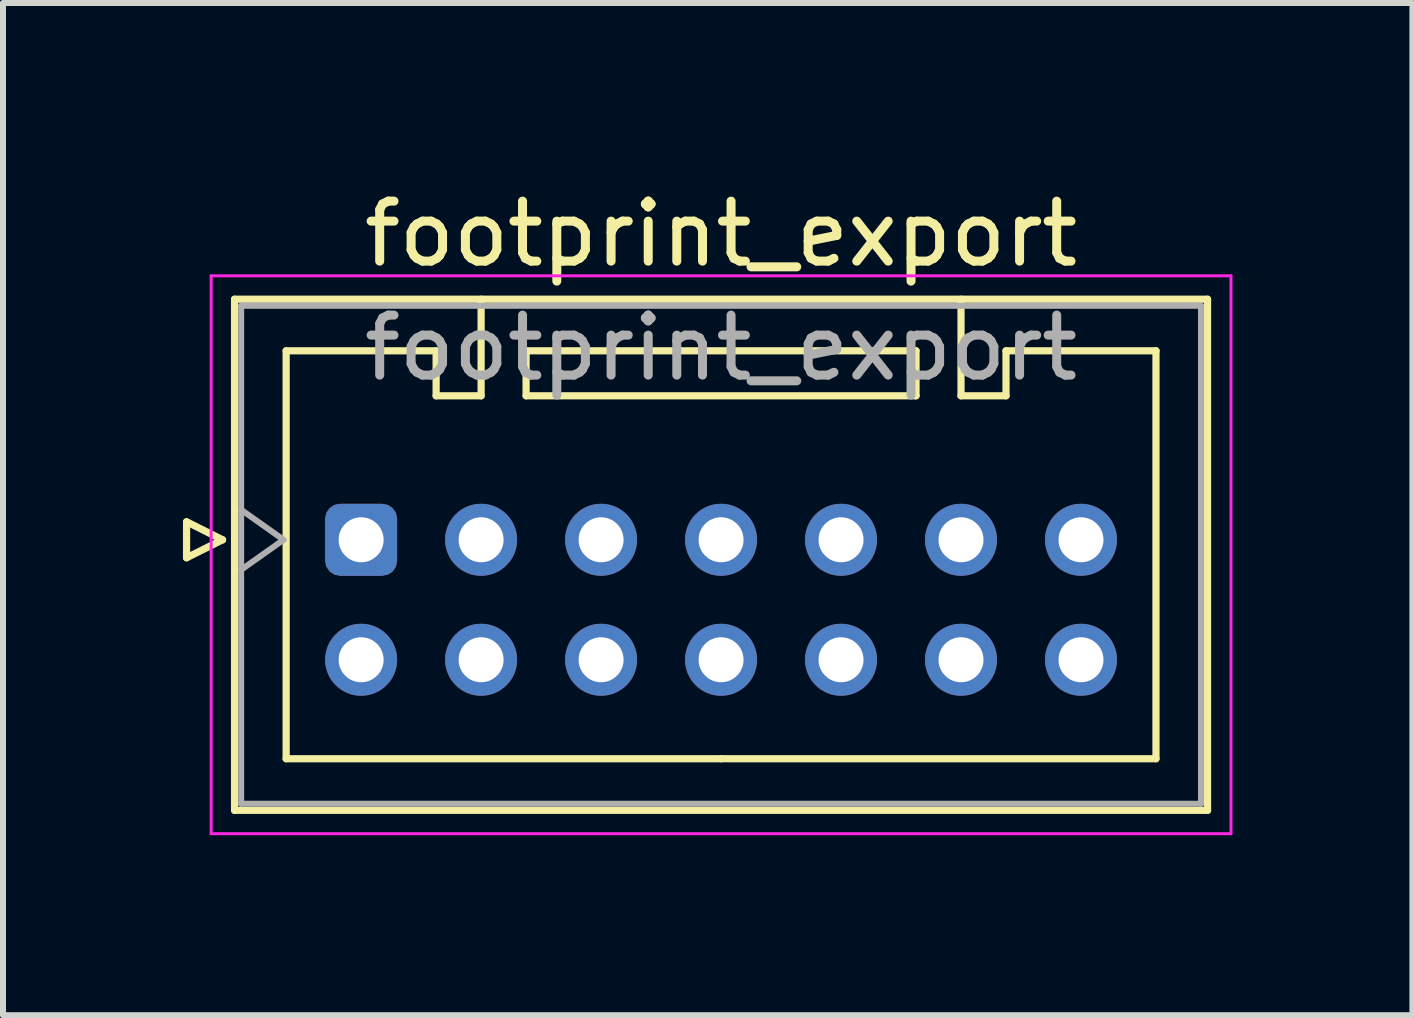
<source format=kicad_pcb>
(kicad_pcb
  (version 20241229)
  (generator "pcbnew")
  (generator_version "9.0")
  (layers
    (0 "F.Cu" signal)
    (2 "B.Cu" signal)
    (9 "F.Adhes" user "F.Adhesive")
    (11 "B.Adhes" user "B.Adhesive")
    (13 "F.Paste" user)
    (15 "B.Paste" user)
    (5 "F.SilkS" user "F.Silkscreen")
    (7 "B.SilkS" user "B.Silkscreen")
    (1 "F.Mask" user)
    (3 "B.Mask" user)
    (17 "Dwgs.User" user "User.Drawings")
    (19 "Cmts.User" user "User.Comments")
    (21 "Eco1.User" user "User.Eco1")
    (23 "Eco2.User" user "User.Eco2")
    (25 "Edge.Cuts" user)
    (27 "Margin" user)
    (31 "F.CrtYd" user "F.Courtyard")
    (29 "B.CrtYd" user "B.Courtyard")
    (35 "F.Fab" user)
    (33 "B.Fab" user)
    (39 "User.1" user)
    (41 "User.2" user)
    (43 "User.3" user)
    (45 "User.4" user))
  (footprint "footprint_export"
    (layer "F.Cu")
    (at 2.97 5.948)
    (property "Reference" "footprint_export" (at 6 -5.1 0) (layer "F.SilkS") (effects (font (size 1 1) (thickness 0.15))))
    (attr through_hole)
    (fp_line (start -2.91 -0.3) (end -2.31 0) (stroke (width 0.12) (type solid)) (layer "F.SilkS"))
    (fp_line (start -2.91 0.3) (end -2.91 -0.3) (stroke (width 0.12) (type solid)) (layer "F.SilkS"))
    (fp_line (start -2.31 0) (end -2.91 0.3) (stroke (width 0.12) (type solid)) (layer "F.SilkS"))
    (fp_line (start -2.11 -4.01) (end -2.11 4.51) (stroke (width 0.12) (type solid)) (layer "F.SilkS"))
    (fp_line (start -2.11 4.51) (end 14.11 4.51) (stroke (width 0.12) (type solid)) (layer "F.SilkS"))
    (fp_line (start -1.25 -3.15) (end -1.25 3.65) (stroke (width 0.12) (type solid)) (layer "F.SilkS"))
    (fp_line (start -1.25 3.65) (end 6 3.65) (stroke (width 0.12) (type solid)) (layer "F.SilkS"))
    (fp_line (start 1.25 -3.15) (end -1.25 -3.15) (stroke (width 0.12) (type solid)) (layer "F.SilkS"))
    (fp_line (start 1.25 -2.4) (end 1.25 -3.15) (stroke (width 0.12) (type solid)) (layer "F.SilkS"))
    (fp_line (start 2 -4.01) (end 2 -2.4) (stroke (width 0.12) (type solid)) (layer "F.SilkS"))
    (fp_line (start 2 -2.4) (end 1.25 -2.4) (stroke (width 0.12) (type solid)) (layer "F.SilkS"))
    (fp_line (start 2.75 -3.15) (end 2.75 -2.4) (stroke (width 0.12) (type solid)) (layer "F.SilkS"))
    (fp_line (start 2.75 -2.4) (end 9.25 -2.4) (stroke (width 0.12) (type solid)) (layer "F.SilkS"))
    (fp_line (start 9.25 -3.15) (end 2.75 -3.15) (stroke (width 0.12) (type solid)) (layer "F.SilkS"))
    (fp_line (start 9.25 -2.4) (end 9.25 -3.15) (stroke (width 0.12) (type solid)) (layer "F.SilkS"))
    (fp_line (start 10 -4.01) (end 10 -2.4) (stroke (width 0.12) (type solid)) (layer "F.SilkS"))
    (fp_line (start 10 -2.4) (end 10.75 -2.4) (stroke (width 0.12) (type solid)) (layer "F.SilkS"))
    (fp_line (start 10.75 -3.15) (end 13.25 -3.15) (stroke (width 0.12) (type solid)) (layer "F.SilkS"))
    (fp_line (start 10.75 -2.4) (end 10.75 -3.15) (stroke (width 0.12) (type solid)) (layer "F.SilkS"))
    (fp_line (start 13.25 -3.15) (end 13.25 3.65) (stroke (width 0.12) (type solid)) (layer "F.SilkS"))
    (fp_line (start 13.25 3.65) (end 6 3.65) (stroke (width 0.12) (type solid)) (layer "F.SilkS"))
    (fp_line (start 14.11 -4.01) (end -2.11 -4.01) (stroke (width 0.12) (type solid)) (layer "F.SilkS"))
    (fp_line (start 14.11 4.51) (end 14.11 -4.01) (stroke (width 0.12) (type solid)) (layer "F.SilkS"))
    (fp_line (start -2.5 -4.4) (end -2.5 4.9) (stroke (width 0.05) (type solid)) (layer "F.CrtYd"))
    (fp_line (start -2.5 4.9) (end 14.5 4.9) (stroke (width 0.05) (type solid)) (layer "F.CrtYd"))
    (fp_line (start 14.5 -4.4) (end -2.5 -4.4) (stroke (width 0.05) (type solid)) (layer "F.CrtYd"))
    (fp_line (start 14.5 4.9) (end 14.5 -4.4) (stroke (width 0.05) (type solid)) (layer "F.CrtYd"))
    (fp_line (start -2 -3.9) (end -2 4.4) (stroke (width 0.1) (type solid)) (layer "F.Fab"))
    (fp_line (start -2 0.5) (end -1.293 0) (stroke (width 0.1) (type solid)) (layer "F.Fab"))
    (fp_line (start -2 4.4) (end 14 4.4) (stroke (width 0.1) (type solid)) (layer "F.Fab"))
    (fp_line (start -1.293 0) (end -2 -0.5) (stroke (width 0.1) (type solid)) (layer "F.Fab"))
    (fp_line (start 14 -3.9) (end -2 -3.9) (stroke (width 0.1) (type solid)) (layer "F.Fab"))
    (fp_line (start 14 4.4) (end 14 -3.9) (stroke (width 0.1) (type solid)) (layer "F.Fab"))
    (fp_text user "${REFERENCE}" (at 6 -3.2 0) (layer "F.Fab") (effects (font (size 1 1) (thickness 0.15))))
    (pad "1" thru_hole roundrect (at 0 0) (size 1.2 1.2) (drill 0.75) (layers "*.Cu" "*.Mask") (roundrect_rratio 0.208))
    (pad "2" thru_hole circle (at 0 2) (size 1.2 1.2) (drill 0.75) (layers "*.Cu" "*.Mask"))
    (pad "3" thru_hole circle (at 2 0) (size 1.2 1.2) (drill 0.75) (layers "*.Cu" "*.Mask"))
    (pad "4" thru_hole circle (at 2 2) (size 1.2 1.2) (drill 0.75) (layers "*.Cu" "*.Mask"))
    (pad "5" thru_hole circle (at 4 0) (size 1.2 1.2) (drill 0.75) (layers "*.Cu" "*.Mask"))
    (pad "6" thru_hole circle (at 4 2) (size 1.2 1.2) (drill 0.75) (layers "*.Cu" "*.Mask"))
    (pad "7" thru_hole circle (at 6 0) (size 1.2 1.2) (drill 0.75) (layers "*.Cu" "*.Mask"))
    (pad "8" thru_hole circle (at 6 2) (size 1.2 1.2) (drill 0.75) (layers "*.Cu" "*.Mask"))
    (pad "9" thru_hole circle (at 8 0) (size 1.2 1.2) (drill 0.75) (layers "*.Cu" "*.Mask"))
    (pad "10" thru_hole circle (at 8 2) (size 1.2 1.2) (drill 0.75) (layers "*.Cu" "*.Mask"))
    (pad "11" thru_hole circle (at 10 0) (size 1.2 1.2) (drill 0.75) (layers "*.Cu" "*.Mask"))
    (pad "12" thru_hole circle (at 10 2) (size 1.2 1.2) (drill 0.75) (layers "*.Cu" "*.Mask"))
    (pad "13" thru_hole circle (at 12 0) (size 1.2 1.2) (drill 0.75) (layers "*.Cu" "*.Mask"))
    (pad "14" thru_hole circle (at 12 2) (size 1.2 1.2) (drill 0.75) (layers "*.Cu" "*.Mask")))
  (gr_rect
    (start -3 -3)
    (end 20.495 13.873)
    (stroke (width 0.1) (type default))
    (fill no)
    (layer "Edge.Cuts")))
</source>
